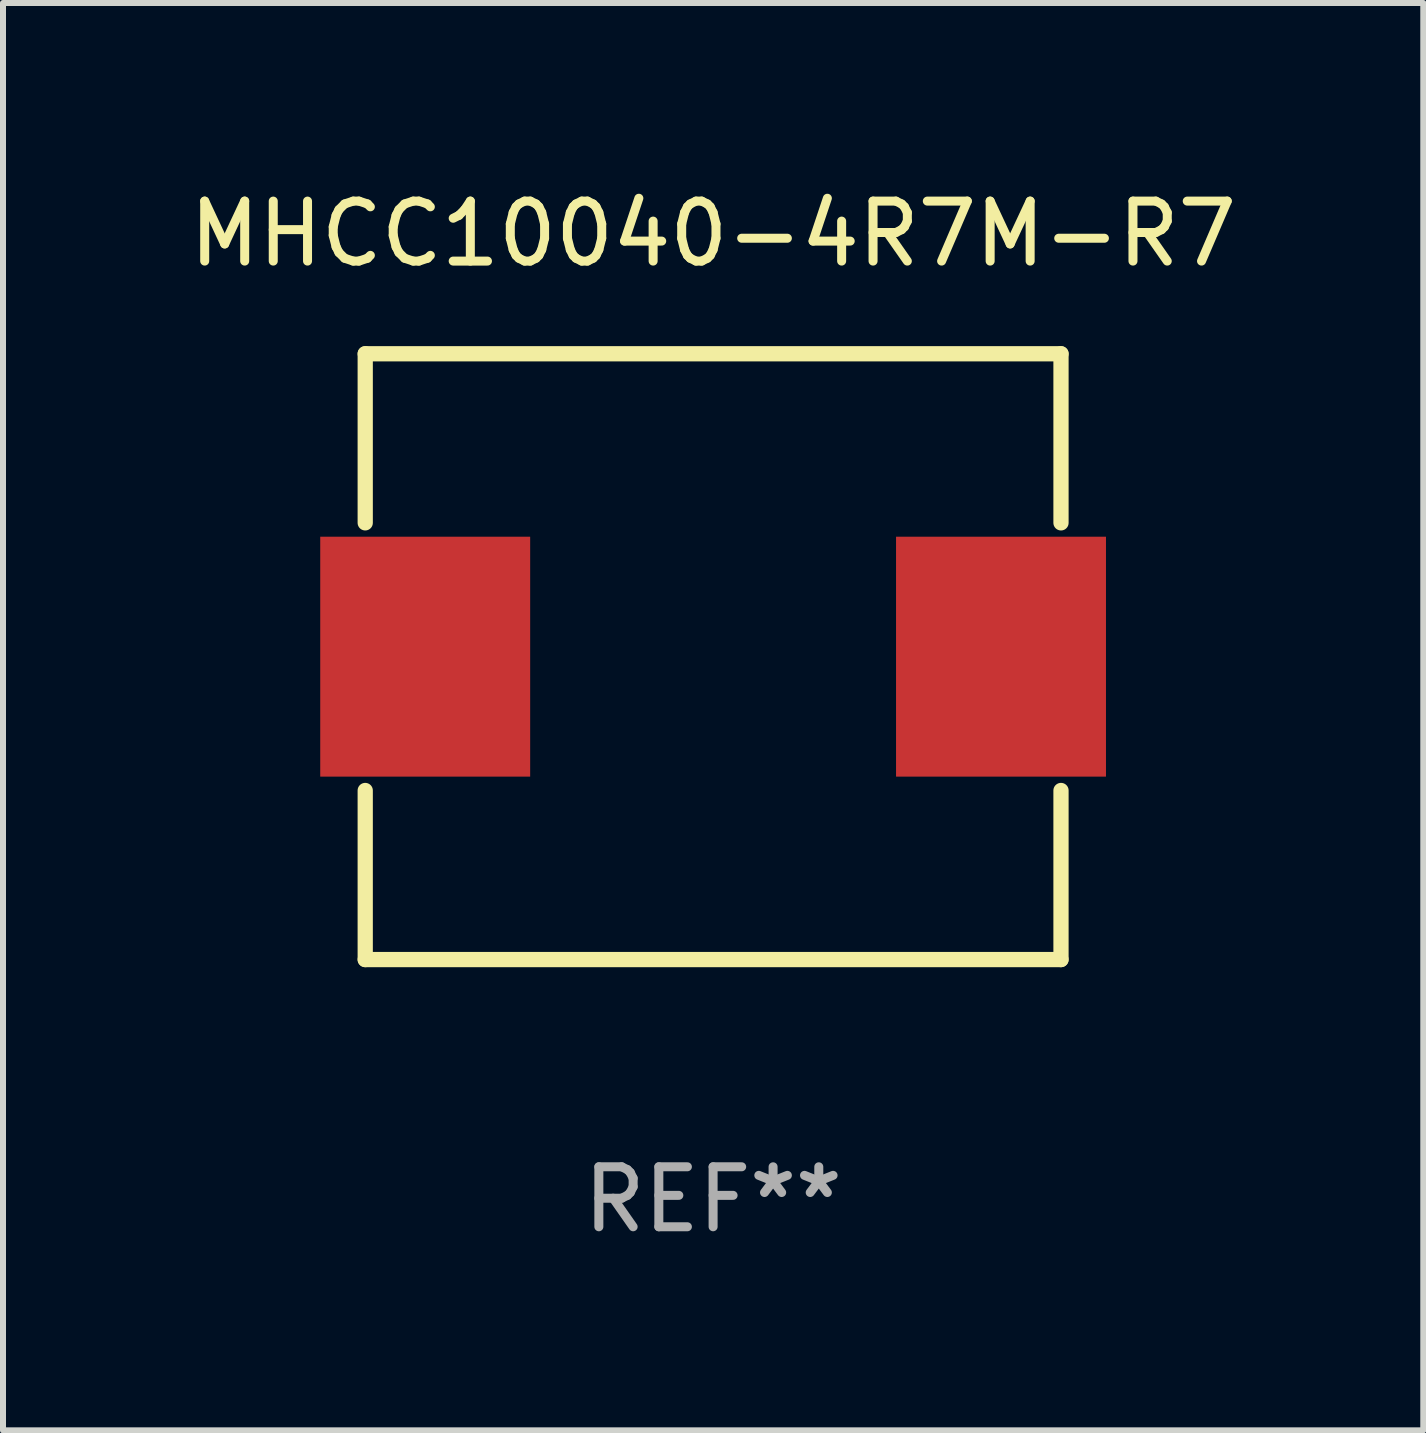
<source format=kicad_pcb>
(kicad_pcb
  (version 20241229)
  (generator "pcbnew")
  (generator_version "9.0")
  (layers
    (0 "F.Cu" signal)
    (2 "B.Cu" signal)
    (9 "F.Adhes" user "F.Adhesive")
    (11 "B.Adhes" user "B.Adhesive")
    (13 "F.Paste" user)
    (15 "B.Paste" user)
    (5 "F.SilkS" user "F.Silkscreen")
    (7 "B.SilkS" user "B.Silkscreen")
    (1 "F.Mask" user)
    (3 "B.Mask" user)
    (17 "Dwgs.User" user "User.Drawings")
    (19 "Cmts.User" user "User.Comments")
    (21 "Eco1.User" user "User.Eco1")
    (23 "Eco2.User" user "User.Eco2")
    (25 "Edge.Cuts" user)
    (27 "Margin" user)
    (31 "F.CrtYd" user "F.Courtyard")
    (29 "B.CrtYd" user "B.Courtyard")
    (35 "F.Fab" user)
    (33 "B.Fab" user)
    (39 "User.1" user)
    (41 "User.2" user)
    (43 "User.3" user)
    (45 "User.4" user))
  (footprint "MHCC10040-4R7M-R7"
    (layer "F.Cu")
    (at 8.839 7.898)
    (property "Reference" "MHCC10040-4R7M-R7" (at 0 -7.05 0) (layer "F.SilkS") (effects (font (size 1 1) (thickness 0.15))))
    (attr through_hole)
    (fp_line (start -5.8 -5.05) (end 5.8 -5.05) (stroke (width 0.254) (type solid)) (layer "F.SilkS"))
    (fp_line (start -5.8 -2.231) (end -5.8 -5.05) (stroke (width 0.254) (type solid)) (layer "F.SilkS"))
    (fp_line (start -5.8 5.05) (end -5.8 2.231) (stroke (width 0.254) (type solid)) (layer "F.SilkS"))
    (fp_line (start 5.8 -5.05) (end 5.8 -2.231) (stroke (width 0.254) (type solid)) (layer "F.SilkS"))
    (fp_line (start 5.8 2.231) (end 5.8 5.05) (stroke (width 0.254) (type solid)) (layer "F.SilkS"))
    (fp_line (start 5.8 5.05) (end -5.8 5.05) (stroke (width 0.254) (type solid)) (layer "F.SilkS"))
    (fp_circle (center -5.8 5.05) (end -5.77 5.05) (stroke (width 0.06) (type solid)) (fill no) (layer "F.SilkS"))
    (fp_text user "REF**" (at 0 9.05 0) (layer "F.Fab") (effects (font (size 1 1) (thickness 0.15))))
    (pad "1" smd rect (at -4.8 0) (size 3.5 4) (layers "F.Cu" "F.Mask" "F.Paste"))
    (pad "2" smd rect (at 4.8 0) (size 3.5 4) (layers "F.Cu" "F.Mask" "F.Paste")))
  (gr_rect
    (start -3 -3)
    (end 20.679 20.797)
    (stroke (width 0.1) (type default))
    (fill no)
    (layer "Edge.Cuts")))
</source>
